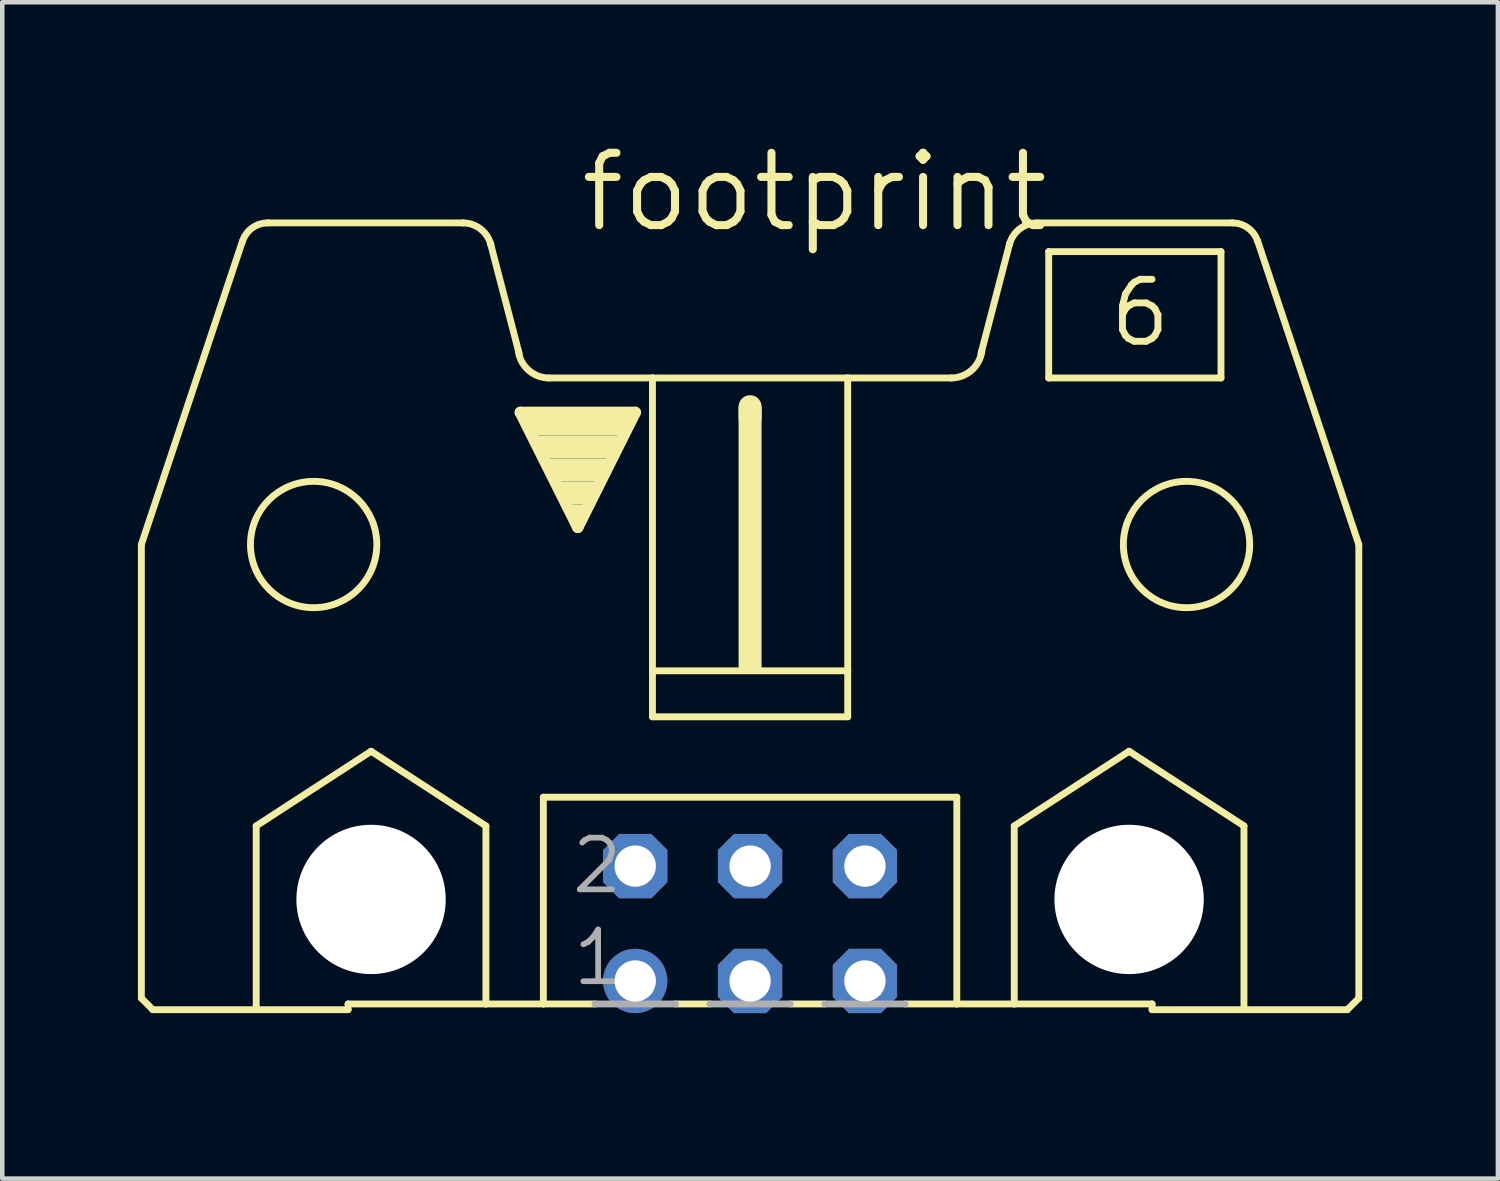
<source format=kicad_pcb>
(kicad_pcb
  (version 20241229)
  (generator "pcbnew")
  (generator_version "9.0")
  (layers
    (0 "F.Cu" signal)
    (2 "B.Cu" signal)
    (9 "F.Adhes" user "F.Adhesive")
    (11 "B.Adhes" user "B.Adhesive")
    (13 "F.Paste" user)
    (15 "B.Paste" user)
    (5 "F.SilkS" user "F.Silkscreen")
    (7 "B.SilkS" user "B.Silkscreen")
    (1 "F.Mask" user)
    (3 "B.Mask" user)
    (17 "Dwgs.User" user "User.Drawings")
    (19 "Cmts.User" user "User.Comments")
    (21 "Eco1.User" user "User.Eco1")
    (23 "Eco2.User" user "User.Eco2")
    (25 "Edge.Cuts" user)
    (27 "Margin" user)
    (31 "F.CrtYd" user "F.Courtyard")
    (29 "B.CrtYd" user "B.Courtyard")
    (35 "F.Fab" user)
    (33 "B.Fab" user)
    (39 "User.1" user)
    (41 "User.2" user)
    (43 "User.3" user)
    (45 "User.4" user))
  (footprint "footprint"
    (layer "F.Cu")
    (at 13.538 17.374)
    (property "Reference" "footprint" (at -3.835 -15.24 0) (layer "F.SilkS") (effects (font (size 1.6 1.6) (thickness 0.178)) (justify left bottom)))
    (fp_line (start -13.462 1.651) (end -13.462 -8.382) (stroke (width 0.152) (type solid)) (layer "F.SilkS"))
    (fp_line (start -13.462 1.651) (end -13.208 1.905) (stroke (width 0.152) (type solid)) (layer "F.SilkS"))
    (fp_line (start -13.208 1.905) (end -10.922 1.905) (stroke (width 0.152) (type solid)) (layer "F.SilkS"))
    (fp_line (start -11.227 -15.088) (end -13.462 -8.382) (stroke (width 0.152) (type solid)) (layer "F.SilkS"))
    (fp_line (start -10.922 -2.159) (end -8.382 -3.81) (stroke (width 0.152) (type solid)) (layer "F.SilkS"))
    (fp_line (start -10.922 1.905) (end -10.922 -2.159) (stroke (width 0.152) (type solid)) (layer "F.SilkS"))
    (fp_line (start -10.922 1.905) (end -8.89 1.905) (stroke (width 0.152) (type solid)) (layer "F.SilkS"))
    (fp_line (start -8.89 1.778) (end -8.89 1.905) (stroke (width 0.152) (type solid)) (layer "F.SilkS"))
    (fp_line (start -8.89 1.778) (end -5.842 1.778) (stroke (width 0.152) (type solid)) (layer "F.SilkS"))
    (fp_line (start -8.382 -3.81) (end -5.842 -2.159) (stroke (width 0.152) (type solid)) (layer "F.SilkS"))
    (fp_line (start -6.35 -15.494) (end -10.668 -15.494) (stroke (width 0.152) (type solid)) (layer "F.SilkS"))
    (fp_line (start -5.842 1.778) (end -5.842 -2.159) (stroke (width 0.152) (type solid)) (layer "F.SilkS"))
    (fp_line (start -5.842 1.778) (end -4.572 1.778) (stroke (width 0.152) (type solid)) (layer "F.SilkS"))
    (fp_line (start -5.105 -12.598) (end -5.74 -15.037) (stroke (width 0.152) (type solid)) (layer "F.SilkS"))
    (fp_line (start -5.08 -11.303) (end -2.54 -11.303) (stroke (width 0.254) (type solid)) (layer "F.SilkS"))
    (fp_line (start -4.572 -2.794) (end -4.572 1.778) (stroke (width 0.152) (type solid)) (layer "F.SilkS"))
    (fp_line (start -4.572 1.778) (end -3.429 1.778) (stroke (width 0.152) (type solid)) (layer "F.SilkS"))
    (fp_line (start -4.445 -12.065) (end -2.159 -12.065) (stroke (width 0.152) (type solid)) (layer "F.SilkS"))
    (fp_line (start -3.81 -8.763) (end -5.08 -11.303) (stroke (width 0.254) (type solid)) (layer "F.SilkS"))
    (fp_line (start -2.54 -11.303) (end -3.81 -8.763) (stroke (width 0.254) (type solid)) (layer "F.SilkS"))
    (fp_line (start -2.159 -12.065) (end -2.159 -5.588) (stroke (width 0.152) (type solid)) (layer "F.SilkS"))
    (fp_line (start -2.159 -12.065) (end 2.159 -12.065) (stroke (width 0.152) (type solid)) (layer "F.SilkS"))
    (fp_line (start -2.159 -5.588) (end -2.159 -4.572) (stroke (width 0.152) (type solid)) (layer "F.SilkS"))
    (fp_line (start -1.651 1.778) (end -0.889 1.778) (stroke (width 0.152) (type solid)) (layer "F.SilkS"))
    (fp_line (start 0 -11.176) (end 0 -11.43) (stroke (width 0.508) (type solid)) (layer "F.SilkS"))
    (fp_line (start 0.889 1.778) (end 1.651 1.778) (stroke (width 0.152) (type solid)) (layer "F.SilkS"))
    (fp_line (start 2.159 -12.065) (end 2.159 -5.588) (stroke (width 0.152) (type solid)) (layer "F.SilkS"))
    (fp_line (start 2.159 -12.065) (end 4.445 -12.065) (stroke (width 0.152) (type solid)) (layer "F.SilkS"))
    (fp_line (start 2.159 -5.588) (end -2.159 -5.588) (stroke (width 0.152) (type solid)) (layer "F.SilkS"))
    (fp_line (start 2.159 -5.588) (end 2.159 -4.572) (stroke (width 0.152) (type solid)) (layer "F.SilkS"))
    (fp_line (start 2.159 -4.572) (end -2.159 -4.572) (stroke (width 0.152) (type solid)) (layer "F.SilkS"))
    (fp_line (start 4.572 -2.794) (end -4.572 -2.794) (stroke (width 0.152) (type solid)) (layer "F.SilkS"))
    (fp_line (start 4.572 -2.794) (end 4.572 1.778) (stroke (width 0.152) (type solid)) (layer "F.SilkS"))
    (fp_line (start 4.572 1.778) (end 3.429 1.778) (stroke (width 0.152) (type solid)) (layer "F.SilkS"))
    (fp_line (start 5.105 -12.598) (end 5.74 -15.037) (stroke (width 0.152) (type solid)) (layer "F.SilkS"))
    (fp_line (start 5.842 -2.159) (end 8.382 -3.81) (stroke (width 0.152) (type solid)) (layer "F.SilkS"))
    (fp_line (start 5.842 1.778) (end 4.572 1.778) (stroke (width 0.152) (type solid)) (layer "F.SilkS"))
    (fp_line (start 5.842 1.778) (end 5.842 -2.159) (stroke (width 0.152) (type solid)) (layer "F.SilkS"))
    (fp_line (start 6.35 -15.494) (end 10.668 -15.494) (stroke (width 0.152) (type solid)) (layer "F.SilkS"))
    (fp_line (start 6.604 -14.859) (end 6.604 -12.065) (stroke (width 0.152) (type solid)) (layer "F.SilkS"))
    (fp_line (start 6.604 -12.065) (end 10.414 -12.065) (stroke (width 0.152) (type solid)) (layer "F.SilkS"))
    (fp_line (start 8.382 -3.81) (end 10.922 -2.159) (stroke (width 0.152) (type solid)) (layer "F.SilkS"))
    (fp_line (start 8.89 1.778) (end 5.842 1.778) (stroke (width 0.152) (type solid)) (layer "F.SilkS"))
    (fp_line (start 8.89 1.778) (end 8.89 1.905) (stroke (width 0.152) (type solid)) (layer "F.SilkS"))
    (fp_line (start 10.414 -14.859) (end 6.604 -14.859) (stroke (width 0.152) (type solid)) (layer "F.SilkS"))
    (fp_line (start 10.414 -14.859) (end 10.414 -12.065) (stroke (width 0.152) (type solid)) (layer "F.SilkS"))
    (fp_line (start 10.922 1.905) (end 8.89 1.905) (stroke (width 0.152) (type solid)) (layer "F.SilkS"))
    (fp_line (start 10.922 1.905) (end 10.922 -2.159) (stroke (width 0.152) (type solid)) (layer "F.SilkS"))
    (fp_line (start 11.227 -15.088) (end 13.462 -8.382) (stroke (width 0.152) (type solid)) (layer "F.SilkS"))
    (fp_line (start 13.208 1.905) (end 10.922 1.905) (stroke (width 0.152) (type solid)) (layer "F.SilkS"))
    (fp_line (start 13.462 1.651) (end 13.208 1.905) (stroke (width 0.152) (type solid)) (layer "F.SilkS"))
    (fp_line (start 13.462 1.651) (end 13.462 -8.382) (stroke (width 0.152) (type solid)) (layer "F.SilkS"))
    (fp_arc (start -11.2244 -15.0878) (mid -11.012453 -15.38168) (end -10.667999 -15.494101) (stroke (width 0.1524) (type solid)) (layer "F.SilkS"))
    (fp_arc (start -6.35 -15.494) (mid -5.968999 -15.367) (end -5.740399 -15.036799) (stroke (width 0.1524) (type solid)) (layer "F.SilkS"))
    (fp_arc (start -5.7404 -15.0368) (mid -5.737084 -15.024931) (end -5.734 -15.013) (stroke (width 0.1524) (type solid)) (layer "F.SilkS"))
    (fp_arc (start -4.444999 -12.064999) (mid -4.896774 -12.234823) (end -5.1248 -12.6602) (stroke (width 0.1524) (type solid)) (layer "F.SilkS"))
    (fp_arc (start 5.124799 -12.660201) (mid 4.896774 -12.234825) (end 4.445 -12.065) (stroke (width 0.1524) (type solid)) (layer "F.SilkS"))
    (fp_arc (start 5.734 -15.013) (mid 5.737084 -15.024931) (end 5.7404 -15.0368) (stroke (width 0.1524) (type solid)) (layer "F.SilkS"))
    (fp_arc (start 5.7404 -15.0368) (mid 5.969001 -15.367) (end 6.350001 -15.493999) (stroke (width 0.1524) (type solid)) (layer "F.SilkS"))
    (fp_arc (start 10.668 -15.494) (mid 11.012385 -15.381609) (end 11.2243 -15.087799) (stroke (width 0.1524) (type solid)) (layer "F.SilkS"))
    (fp_circle (center -9.652 -8.382) (end -8.255 -8.382) (stroke (width 0.152) (type solid)) (fill no) (layer "F.SilkS"))
    (fp_circle (center -8.382 -0.533) (end -7.061 -0.533) (stroke (width 0.152) (type solid)) (fill no) (layer "F.SilkS"))
    (fp_circle (center 8.382 -0.533) (end 9.703 -0.533) (stroke (width 0.152) (type solid)) (fill no) (layer "F.SilkS"))
    (fp_circle (center 9.652 -8.382) (end 11.049 -8.382) (stroke (width 0.152) (type solid)) (fill no) (layer "F.SilkS"))
    (fp_poly (pts (xy -4.953 -10.795) (xy -2.667 -10.795) (xy -2.667 -11.303) (xy -4.953 -11.303)) (stroke (width 0) (type solid)) (fill yes) (layer "F.SilkS"))
    (fp_poly (pts (xy -4.699 -10.287) (xy -2.921 -10.287) (xy -2.921 -10.795) (xy -4.699 -10.795)) (stroke (width 0) (type solid)) (fill yes) (layer "F.SilkS"))
    (fp_poly (pts (xy -4.445 -9.779) (xy -3.175 -9.779) (xy -3.175 -10.287) (xy -4.445 -10.287)) (stroke (width 0) (type solid)) (fill yes) (layer "F.SilkS"))
    (fp_poly (pts (xy -4.191 -9.271) (xy -3.429 -9.271) (xy -3.429 -9.779) (xy -4.191 -9.779)) (stroke (width 0) (type solid)) (fill yes) (layer "F.SilkS"))
    (fp_poly (pts (xy -3.937 -9.017) (xy -3.683 -9.017) (xy -3.683 -9.271) (xy -3.937 -9.271)) (stroke (width 0) (type solid)) (fill yes) (layer "F.SilkS"))
    (fp_poly (pts (xy -0.254 -5.588) (xy 0.254 -5.588) (xy 0.254 -11.43) (xy -0.254 -11.43)) (stroke (width 0) (type solid)) (fill yes) (layer "F.SilkS"))
    (fp_line (start -3.429 1.778) (end -1.651 1.778) (stroke (width 0.152) (type solid)) (layer "F.Fab"))
    (fp_line (start -0.889 1.778) (end 0.889 1.778) (stroke (width 0.152) (type solid)) (layer "F.Fab"))
    (fp_line (start 1.651 1.778) (end 3.429 1.778) (stroke (width 0.152) (type solid)) (layer "F.Fab"))
    (fp_text user "6" (at 7.874 -12.7 0) (layer "F.SilkS") (effects (font (size 1.372 1.372) (thickness 0.152)) (justify left bottom)))
    (fp_text user "2" (at -4.013 -0.61 0) (layer "F.Fab") (effects (font (size 1.143 1.143) (thickness 0.127)) (justify left bottom)))
    (fp_text user "1" (at -3.988 1.422 0) (layer "F.Fab") (effects (font (size 1.143 1.143) (thickness 0.127)) (justify left bottom)))
    (pad "" np_thru_hole circle (at -8.382 -0.533) (size 3.302 3.302) (drill 3.302) (layers "*.Cu" "*.Mask"))
    (pad "" np_thru_hole circle (at 8.382 -0.533) (size 3.302 3.302) (drill 3.302) (layers "*.Cu" "*.Mask"))
    (pad "1" thru_hole circle (at -2.54 1.27) (size 1.422 1.422) (drill 0.914) (layers "*.Cu" "*.Mask"))
    (pad "2" thru_hole roundrect (at -2.54 -1.27) (size 1.422 1.422) (drill 0.914) (layers "*.Cu" "*.Mask") (roundrect_rratio 0.25) (chamfer_ratio 0.25) (chamfer top_left top_right bottom_left bottom_right))
    (pad "3" thru_hole roundrect (at 0 1.27) (size 1.422 1.422) (drill 0.914) (layers "*.Cu" "*.Mask") (roundrect_rratio 0.25) (chamfer_ratio 0.25) (chamfer top_left top_right bottom_left bottom_right))
    (pad "4" thru_hole roundrect (at 0 -1.27) (size 1.422 1.422) (drill 0.914) (layers "*.Cu" "*.Mask") (roundrect_rratio 0.25) (chamfer_ratio 0.25) (chamfer top_left top_right bottom_left bottom_right))
    (pad "5" thru_hole roundrect (at 2.54 1.27) (size 1.422 1.422) (drill 0.914) (layers "*.Cu" "*.Mask") (roundrect_rratio 0.25) (chamfer_ratio 0.25) (chamfer top_left top_right bottom_left bottom_right))
    (pad "6" thru_hole roundrect (at 2.54 -1.27) (size 1.422 1.422) (drill 0.914) (layers "*.Cu" "*.Mask") (roundrect_rratio 0.25) (chamfer_ratio 0.25) (chamfer top_left top_right bottom_left bottom_right))
    (zone (net_name "") (layers "F.Cu" "B.Cu") (hatch edge 0.508) (connect_pads) (min_thickness 0.254) (filled_areas_thickness no) (keepout (tracks allowed) (vias not_allowed) (pads allowed) (copperpour allowed) (footprints allowed)) (placement (enabled no)) (fill) (polygon (pts (xy 8.331 16.84) (xy 8.283 16.289) (xy 8.14 15.754) (xy 7.906 15.253) (xy 7.588 14.799) (xy 7.197 14.408) (xy 6.744 14.091) (xy 6.242 13.857) (xy 5.708 13.713) (xy 5.156 13.665) (xy 4.605 13.713) (xy 4.07 13.857) (xy 3.569 14.091) (xy 3.115 14.408) (xy 2.724 14.799) (xy 2.407 15.253) (xy 2.173 15.754) (xy 2.029 16.289) (xy 1.981 16.84) (xy 2.029 17.392) (xy 2.173 17.926) (xy 2.407 18.428) (xy 2.724 18.881) (xy 3.115 19.272) (xy 3.569 19.59) (xy 4.07 19.824) (xy 4.605 19.967) (xy 5.156 20.015) (xy 5.708 19.967) (xy 6.242 19.824) (xy 6.744 19.59) (xy 7.197 19.272) (xy 7.588 18.881) (xy 7.906 18.428) (xy 8.14 17.926) (xy 8.283 17.392))) (polygon (pts (xy 6.553 16.84) (xy 6.532 16.598) (xy 6.469 16.362) (xy 6.366 16.142) (xy 6.226 15.942) (xy 6.054 15.77) (xy 5.855 15.63) (xy 5.634 15.527) (xy 5.399 15.464) (xy 5.156 15.443) (xy 4.914 15.464) (xy 4.678 15.527) (xy 4.458 15.63) (xy 4.258 15.77) (xy 4.086 15.942) (xy 3.946 16.142) (xy 3.843 16.362) (xy 3.78 16.598) (xy 3.759 16.84) (xy 3.78 17.083) (xy 3.843 17.318) (xy 3.946 17.539) (xy 4.086 17.738) (xy 4.258 17.91) (xy 4.458 18.05) (xy 4.678 18.153) (xy 4.914 18.216) (xy 5.156 18.237) (xy 5.399 18.216) (xy 5.634 18.153) (xy 5.855 18.05) (xy 6.054 17.91) (xy 6.226 17.738) (xy 6.366 17.539) (xy 6.469 17.318) (xy 6.532 17.083))))
    (zone (net_name "") (layers "F.Cu" "B.Cu") (hatch edge 0.508) (connect_pads) (min_thickness 0.254) (filled_areas_thickness no) (keepout (tracks allowed) (vias not_allowed) (pads allowed) (copperpour allowed) (footprints allowed)) (placement (enabled no)) (fill) (polygon (pts (xy 25.095 16.84) (xy 25.047 16.289) (xy 24.904 15.754) (xy 24.67 15.253) (xy 24.352 14.799) (xy 23.961 14.408) (xy 23.508 14.091) (xy 23.006 13.857) (xy 22.472 13.713) (xy 21.92 13.665) (xy 21.369 13.713) (xy 20.834 13.857) (xy 20.333 14.091) (xy 19.879 14.408) (xy 19.488 14.799) (xy 19.171 15.253) (xy 18.937 15.754) (xy 18.793 16.289) (xy 18.745 16.84) (xy 18.793 17.392) (xy 18.937 17.926) (xy 19.171 18.428) (xy 19.488 18.881) (xy 19.879 19.272) (xy 20.333 19.59) (xy 20.834 19.824) (xy 21.369 19.967) (xy 21.92 20.015) (xy 22.472 19.967) (xy 23.006 19.824) (xy 23.508 19.59) (xy 23.961 19.272) (xy 24.352 18.881) (xy 24.67 18.428) (xy 24.904 17.926) (xy 25.047 17.392))) (polygon (pts (xy 23.317 16.84) (xy 23.296 16.598) (xy 23.233 16.362) (xy 23.13 16.142) (xy 22.99 15.942) (xy 22.818 15.77) (xy 22.619 15.63) (xy 22.398 15.527) (xy 22.163 15.464) (xy 21.92 15.443) (xy 21.678 15.464) (xy 21.442 15.527) (xy 21.222 15.63) (xy 21.022 15.77) (xy 20.85 15.942) (xy 20.71 16.142) (xy 20.607 16.362) (xy 20.544 16.598) (xy 20.523 16.84) (xy 20.544 17.083) (xy 20.607 17.318) (xy 20.71 17.539) (xy 20.85 17.738) (xy 21.022 17.91) (xy 21.222 18.05) (xy 21.442 18.153) (xy 21.678 18.216) (xy 21.92 18.237) (xy 22.163 18.216) (xy 22.398 18.153) (xy 22.619 18.05) (xy 22.818 17.91) (xy 22.99 17.738) (xy 23.13 17.539) (xy 23.233 17.318) (xy 23.296 17.083))))
    (zone (net_name "") (layer "B.Cu") (hatch edge 0.508) (connect_pads) (min_thickness 0.254) (filled_areas_thickness no) (keepout (tracks not_allowed) (vias not_allowed) (pads not_allowed) (copperpour not_allowed) (footprints allowed)) (placement (enabled no)) (fill) (polygon (pts (xy 8.331 16.84) (xy 8.283 16.289) (xy 8.14 15.754) (xy 7.906 15.253) (xy 7.588 14.799) (xy 7.197 14.408) (xy 6.744 14.091) (xy 6.242 13.857) (xy 5.708 13.713) (xy 5.156 13.665) (xy 4.605 13.713) (xy 4.07 13.857) (xy 3.569 14.091) (xy 3.115 14.408) (xy 2.724 14.799) (xy 2.407 15.253) (xy 2.173 15.754) (xy 2.029 16.289) (xy 1.981 16.84) (xy 2.029 17.392) (xy 2.173 17.926) (xy 2.407 18.428) (xy 2.724 18.881) (xy 3.115 19.272) (xy 3.569 19.59) (xy 4.07 19.824) (xy 4.605 19.967) (xy 5.156 20.015) (xy 5.708 19.967) (xy 6.242 19.824) (xy 6.744 19.59) (xy 7.197 19.272) (xy 7.588 18.881) (xy 7.906 18.428) (xy 8.14 17.926) (xy 8.283 17.392))) (polygon (pts (xy 6.553 16.84) (xy 6.532 16.598) (xy 6.469 16.362) (xy 6.366 16.142) (xy 6.226 15.942) (xy 6.054 15.77) (xy 5.855 15.63) (xy 5.634 15.527) (xy 5.399 15.464) (xy 5.156 15.443) (xy 4.914 15.464) (xy 4.678 15.527) (xy 4.458 15.63) (xy 4.258 15.77) (xy 4.086 15.942) (xy 3.946 16.142) (xy 3.843 16.362) (xy 3.78 16.598) (xy 3.759 16.84) (xy 3.78 17.083) (xy 3.843 17.318) (xy 3.946 17.539) (xy 4.086 17.738) (xy 4.258 17.91) (xy 4.458 18.05) (xy 4.678 18.153) (xy 4.914 18.216) (xy 5.156 18.237) (xy 5.399 18.216) (xy 5.634 18.153) (xy 5.855 18.05) (xy 6.054 17.91) (xy 6.226 17.738) (xy 6.366 17.539) (xy 6.469 17.318) (xy 6.532 17.083))))
    (zone (net_name "") (layer "B.Cu") (hatch edge 0.508) (connect_pads) (min_thickness 0.254) (filled_areas_thickness no) (keepout (tracks not_allowed) (vias not_allowed) (pads not_allowed) (copperpour not_allowed) (footprints allowed)) (placement (enabled no)) (fill) (polygon (pts (xy 25.095 16.84) (xy 25.047 16.289) (xy 24.904 15.754) (xy 24.67 15.253) (xy 24.352 14.799) (xy 23.961 14.408) (xy 23.508 14.091) (xy 23.006 13.857) (xy 22.472 13.713) (xy 21.92 13.665) (xy 21.369 13.713) (xy 20.834 13.857) (xy 20.333 14.091) (xy 19.879 14.408) (xy 19.488 14.799) (xy 19.171 15.253) (xy 18.937 15.754) (xy 18.793 16.289) (xy 18.745 16.84) (xy 18.793 17.392) (xy 18.937 17.926) (xy 19.171 18.428) (xy 19.488 18.881) (xy 19.879 19.272) (xy 20.333 19.59) (xy 20.834 19.824) (xy 21.369 19.967) (xy 21.92 20.015) (xy 22.472 19.967) (xy 23.006 19.824) (xy 23.508 19.59) (xy 23.961 19.272) (xy 24.352 18.881) (xy 24.67 18.428) (xy 24.904 17.926) (xy 25.047 17.392))) (polygon (pts (xy 23.317 16.84) (xy 23.296 16.598) (xy 23.233 16.362) (xy 23.13 16.142) (xy 22.99 15.942) (xy 22.818 15.77) (xy 22.619 15.63) (xy 22.398 15.527) (xy 22.163 15.464) (xy 21.92 15.443) (xy 21.678 15.464) (xy 21.442 15.527) (xy 21.222 15.63) (xy 21.022 15.77) (xy 20.85 15.942) (xy 20.71 16.142) (xy 20.607 16.362) (xy 20.544 16.598) (xy 20.523 16.84) (xy 20.544 17.083) (xy 20.607 17.318) (xy 20.71 17.539) (xy 20.85 17.738) (xy 21.022 17.91) (xy 21.222 18.05) (xy 21.442 18.153) (xy 21.678 18.216) (xy 21.92 18.237) (xy 22.163 18.216) (xy 22.398 18.153) (xy 22.619 18.05) (xy 22.818 17.91) (xy 22.99 17.738) (xy 23.13 17.539) (xy 23.233 17.318) (xy 23.296 17.083)))))
  (gr_rect
    (start -3 -3)
    (end 30.076 23.015)
    (stroke (width 0.1) (type default))
    (fill no)
    (layer "Edge.Cuts")))
</source>
